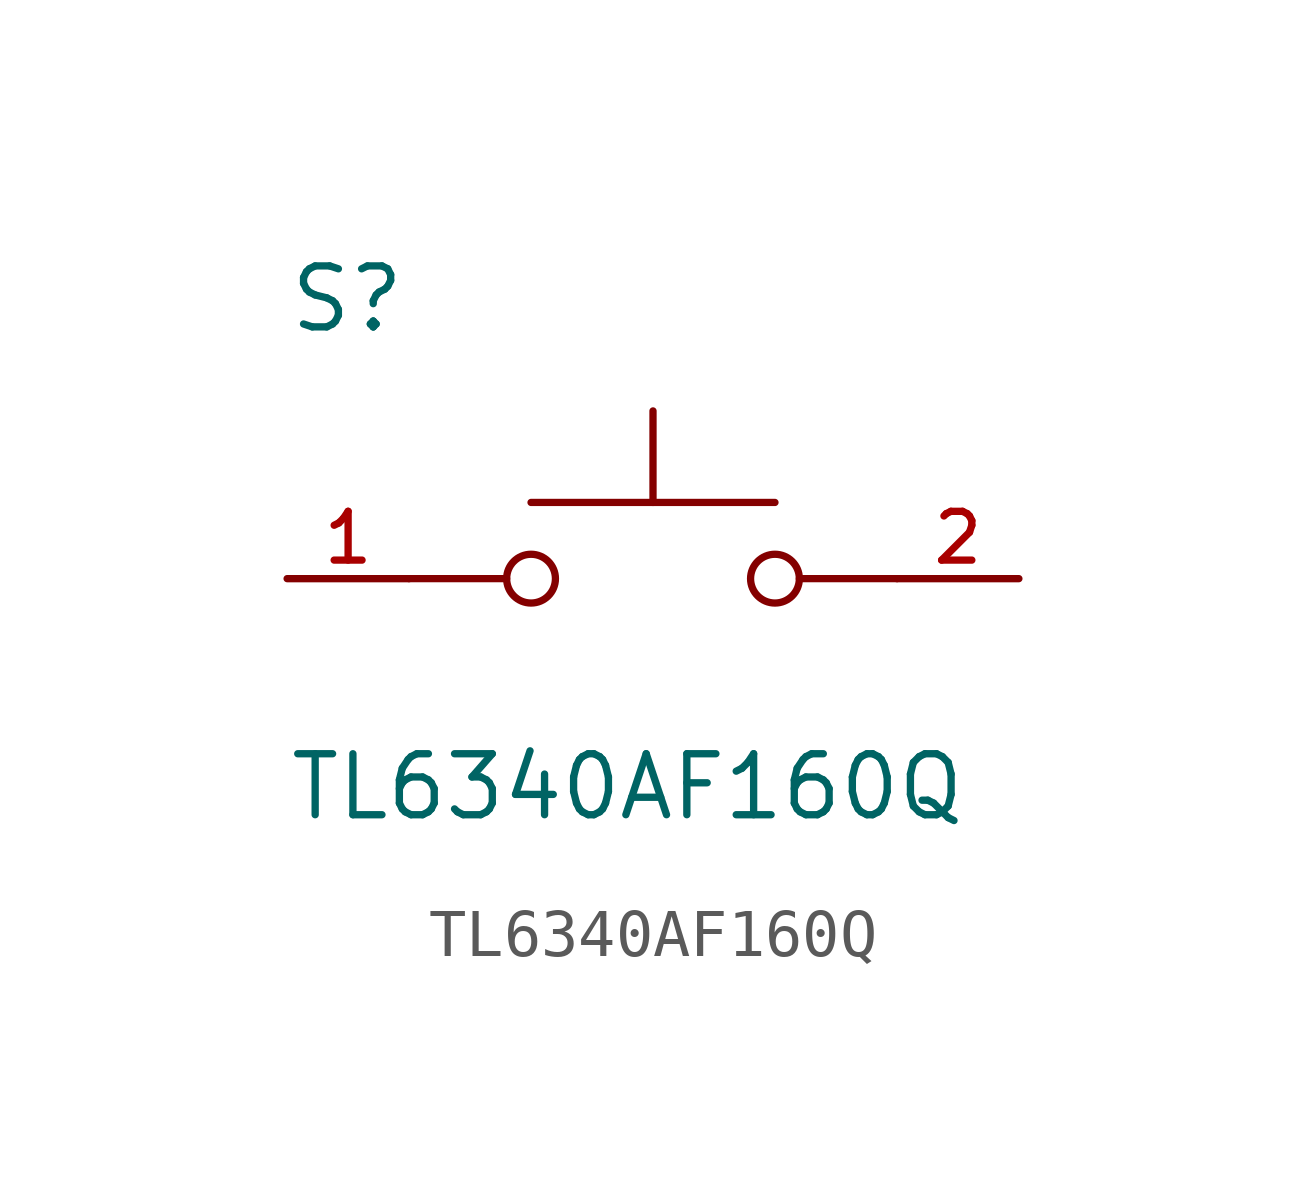
<source format=kicad_sym>
(kicad_symbol_lib
  (version 20211014)
  (generator kicad_symbol_editor)
  (symbol "TL6340AF160Q"
    (pin_names
      (offset 1.016))
    (property "Reference" "S"
      (at -7.62 5.08 0)
      (effects (font (size 1.27 1.27)) (justify bottom left)))
    (property "Value" "TL6340AF160Q"
      (at -7.62 -5.08 0)
      (effects (font (size 1.27 1.27)) (justify bottom left)))
    (symbol "TL6340AF160Q_0_0"
      (circle (center 2.54 0.0) (radius 0.508) (stroke (width 0.152)) (fill (type none)))
      (polyline (pts (xy 5.08 0.0) (xy 3.048 0.0)) (stroke (width 0.152)))
      (polyline (pts (xy -5.08 0.0) (xy -3.048 0.0)) (stroke (width 0.152)))
      (circle (center -2.54 0.0) (radius 0.508) (stroke (width 0.152)) (fill (type none)))
      (polyline (pts (xy -2.54 1.587) (xy 2.54 1.587)) (stroke (width 0.152)))
      (polyline (pts (xy 0.0 1.587) (xy 0.0 3.493)) (stroke (width 0.152)))
      (pin passive line (at -7.62 0.0 0) (length 2.54) (name "~" (effects (font (size 1.016 1.016)))) (number "1" (effects (font (size 1.016 1.016)))))
      (pin passive line (at 7.62 0.0 180.0) (length 2.54) (name "~" (effects (font (size 1.016 1.016)))) (number "2" (effects (font (size 1.016 1.016))))))))
</source>
